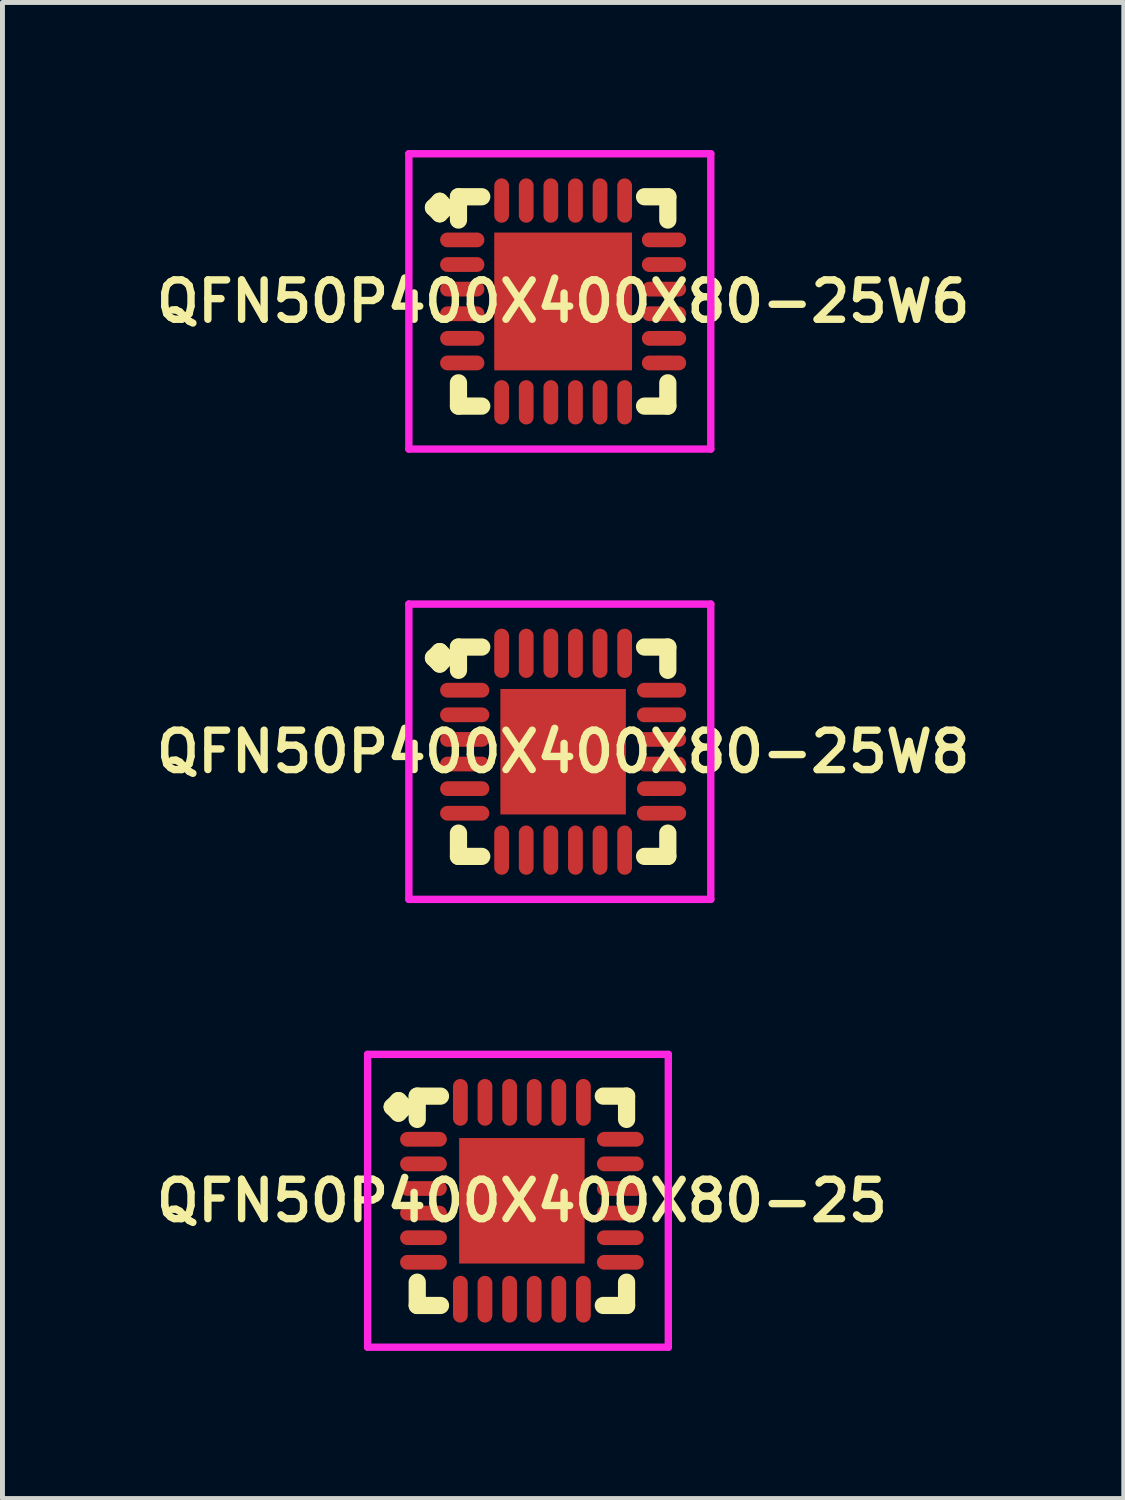
<source format=kicad_pcb>
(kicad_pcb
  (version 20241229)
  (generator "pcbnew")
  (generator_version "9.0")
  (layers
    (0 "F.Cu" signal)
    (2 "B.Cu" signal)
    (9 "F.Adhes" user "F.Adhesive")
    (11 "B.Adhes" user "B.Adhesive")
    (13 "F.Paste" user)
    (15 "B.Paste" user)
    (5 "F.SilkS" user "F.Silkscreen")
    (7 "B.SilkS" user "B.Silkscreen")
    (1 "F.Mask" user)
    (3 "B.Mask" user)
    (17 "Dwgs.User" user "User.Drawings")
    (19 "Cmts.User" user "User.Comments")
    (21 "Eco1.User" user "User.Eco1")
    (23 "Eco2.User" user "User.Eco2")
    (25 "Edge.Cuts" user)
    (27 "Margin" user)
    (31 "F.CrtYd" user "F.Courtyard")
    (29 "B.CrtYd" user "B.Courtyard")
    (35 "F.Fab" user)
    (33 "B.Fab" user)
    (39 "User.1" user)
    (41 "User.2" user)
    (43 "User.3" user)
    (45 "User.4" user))
  (footprint "QFN50P400X400X80-25W8"
    (layer "F.Cu")
    (at 8.393 12.225)
    (property "Reference" "QFN50P400X400X80-25W8" (at 0 0 0) (layer "F.SilkS") (effects (font (size 0.8 0.8) (thickness 0.15))))
    (attr smd)
    (fp_line (start -2.635 -1.908) (end -2.508 -2.035) (stroke (width 0.35) (type solid)) (layer "F.SilkS"))
    (fp_line (start -2.508 -2.035) (end -2.381 -1.908) (stroke (width 0.35) (type solid)) (layer "F.SilkS"))
    (fp_line (start -2.508 -1.781) (end -2.635 -1.908) (stroke (width 0.35) (type solid)) (layer "F.SilkS"))
    (fp_line (start -2.381 -1.908) (end -2.508 -1.781) (stroke (width 0.35) (type solid)) (layer "F.SilkS"))
    (fp_line (start -2.127 -2.127) (end -1.654 -2.127) (stroke (width 0.35) (type solid)) (layer "F.SilkS"))
    (fp_line (start -2.127 -1.654) (end -2.127 -2.127) (stroke (width 0.35) (type solid)) (layer "F.SilkS"))
    (fp_line (start -2.127 1.654) (end -2.127 2.127) (stroke (width 0.35) (type solid)) (layer "F.SilkS"))
    (fp_line (start -2.127 2.127) (end -1.654 2.127) (stroke (width 0.35) (type solid)) (layer "F.SilkS"))
    (fp_line (start 1.654 -2.127) (end 2.127 -2.127) (stroke (width 0.35) (type solid)) (layer "F.SilkS"))
    (fp_line (start 1.654 2.127) (end 2.127 2.127) (stroke (width 0.35) (type solid)) (layer "F.SilkS"))
    (fp_line (start 2.127 -2.127) (end 2.127 -1.654) (stroke (width 0.35) (type solid)) (layer "F.SilkS"))
    (fp_line (start 2.127 2.127) (end 2.127 1.654) (stroke (width 0.35) (type solid)) (layer "F.SilkS"))
    (fp_line (start -3.135 -3) (end 3 -3) (stroke (width 0.15) (type solid)) (layer "F.CrtYd"))
    (fp_line (start -3.135 3) (end -3.135 -3) (stroke (width 0.15) (type solid)) (layer "F.CrtYd"))
    (fp_line (start 3 -3) (end 3 3) (stroke (width 0.15) (type solid)) (layer "F.CrtYd"))
    (fp_line (start 3 3) (end -3.135 3) (stroke (width 0.15) (type solid)) (layer "F.CrtYd"))
    (pad "1" smd oval (at -2 -1.25) (size 1 0.3) (layers "F.Cu" "F.Mask" "F.Paste"))
    (pad "2" smd oval (at -2 -0.75) (size 1 0.3) (layers "F.Cu" "F.Mask" "F.Paste"))
    (pad "3" smd oval (at -2 -0.25) (size 1 0.3) (layers "F.Cu" "F.Mask" "F.Paste"))
    (pad "4" smd oval (at -2 0.25) (size 1 0.3) (layers "F.Cu" "F.Mask" "F.Paste"))
    (pad "5" smd oval (at -2 0.75) (size 1 0.3) (layers "F.Cu" "F.Mask" "F.Paste"))
    (pad "6" smd oval (at -2 1.25) (size 1 0.3) (layers "F.Cu" "F.Mask" "F.Paste"))
    (pad "7" smd oval (at -1.25 2) (size 0.3 1) (layers "F.Cu" "F.Mask" "F.Paste"))
    (pad "8" smd oval (at -0.75 2) (size 0.3 1) (layers "F.Cu" "F.Mask" "F.Paste"))
    (pad "9" smd oval (at -0.25 2) (size 0.3 1) (layers "F.Cu" "F.Mask" "F.Paste"))
    (pad "10" smd oval (at 0.25 2) (size 0.3 1) (layers "F.Cu" "F.Mask" "F.Paste"))
    (pad "11" smd oval (at 0.75 2) (size 0.3 1) (layers "F.Cu" "F.Mask" "F.Paste"))
    (pad "12" smd oval (at 1.25 2) (size 0.3 1) (layers "F.Cu" "F.Mask" "F.Paste"))
    (pad "13" smd oval (at 2 1.25) (size 1 0.3) (layers "F.Cu" "F.Mask" "F.Paste"))
    (pad "14" smd oval (at 2 0.75) (size 1 0.3) (layers "F.Cu" "F.Mask" "F.Paste"))
    (pad "15" smd oval (at 2 0.25) (size 1 0.3) (layers "F.Cu" "F.Mask" "F.Paste"))
    (pad "16" smd oval (at 2 -0.25) (size 1 0.3) (layers "F.Cu" "F.Mask" "F.Paste"))
    (pad "17" smd oval (at 2 -0.75) (size 1 0.3) (layers "F.Cu" "F.Mask" "F.Paste"))
    (pad "18" smd oval (at 2 -1.25) (size 1 0.3) (layers "F.Cu" "F.Mask" "F.Paste"))
    (pad "19" smd oval (at 1.25 -2) (size 0.3 1) (layers "F.Cu" "F.Mask" "F.Paste"))
    (pad "20" smd oval (at 0.75 -2) (size 0.3 1) (layers "F.Cu" "F.Mask" "F.Paste"))
    (pad "21" smd oval (at 0.25 -2) (size 0.3 1) (layers "F.Cu" "F.Mask" "F.Paste"))
    (pad "22" smd oval (at -0.25 -2) (size 0.3 1) (layers "F.Cu" "F.Mask" "F.Paste"))
    (pad "23" smd oval (at -0.75 -2) (size 0.3 1) (layers "F.Cu" "F.Mask" "F.Paste"))
    (pad "24" smd oval (at -1.25 -2) (size 0.3 1) (layers "F.Cu" "F.Mask" "F.Paste"))
    (pad "25" smd rect (at 0 0) (size 2.55 2.55) (layers "F.Cu" "F.Mask" "F.Paste")))
  (footprint "QFN50P400X400X80-25W6"
    (layer "F.Cu")
    (at 8.393 3.075)
    (property "Reference" "QFN50P400X400X80-25W6" (at 0 0 0) (layer "F.SilkS") (effects (font (size 0.8 0.8) (thickness 0.15))))
    (attr smd)
    (fp_line (start -2.635 -1.908) (end -2.508 -2.035) (stroke (width 0.35) (type solid)) (layer "F.SilkS"))
    (fp_line (start -2.508 -2.035) (end -2.381 -1.908) (stroke (width 0.35) (type solid)) (layer "F.SilkS"))
    (fp_line (start -2.508 -1.781) (end -2.635 -1.908) (stroke (width 0.35) (type solid)) (layer "F.SilkS"))
    (fp_line (start -2.381 -1.908) (end -2.508 -1.781) (stroke (width 0.35) (type solid)) (layer "F.SilkS"))
    (fp_line (start -2.127 -2.127) (end -1.654 -2.127) (stroke (width 0.35) (type solid)) (layer "F.SilkS"))
    (fp_line (start -2.127 -1.654) (end -2.127 -2.127) (stroke (width 0.35) (type solid)) (layer "F.SilkS"))
    (fp_line (start -2.127 1.654) (end -2.127 2.127) (stroke (width 0.35) (type solid)) (layer "F.SilkS"))
    (fp_line (start -2.127 2.127) (end -1.654 2.127) (stroke (width 0.35) (type solid)) (layer "F.SilkS"))
    (fp_line (start 1.654 -2.127) (end 2.127 -2.127) (stroke (width 0.35) (type solid)) (layer "F.SilkS"))
    (fp_line (start 1.654 2.127) (end 2.127 2.127) (stroke (width 0.35) (type solid)) (layer "F.SilkS"))
    (fp_line (start 2.127 -2.127) (end 2.127 -1.654) (stroke (width 0.35) (type solid)) (layer "F.SilkS"))
    (fp_line (start 2.127 2.127) (end 2.127 1.654) (stroke (width 0.35) (type solid)) (layer "F.SilkS"))
    (fp_line (start -3.135 -3) (end 3 -3) (stroke (width 0.15) (type solid)) (layer "F.CrtYd"))
    (fp_line (start -3.135 3) (end -3.135 -3) (stroke (width 0.15) (type solid)) (layer "F.CrtYd"))
    (fp_line (start 3 -3) (end 3 3) (stroke (width 0.15) (type solid)) (layer "F.CrtYd"))
    (fp_line (start 3 3) (end -3.135 3) (stroke (width 0.15) (type solid)) (layer "F.CrtYd"))
    (pad "1" smd oval (at -2.05 -1.25) (size 0.9 0.3) (layers "F.Cu" "F.Mask" "F.Paste"))
    (pad "2" smd oval (at -2.05 -0.75) (size 0.9 0.3) (layers "F.Cu" "F.Mask" "F.Paste"))
    (pad "3" smd oval (at -2.05 -0.25) (size 0.9 0.3) (layers "F.Cu" "F.Mask" "F.Paste"))
    (pad "4" smd oval (at -2.05 0.25) (size 0.9 0.3) (layers "F.Cu" "F.Mask" "F.Paste"))
    (pad "5" smd oval (at -2.05 0.75) (size 0.9 0.3) (layers "F.Cu" "F.Mask" "F.Paste"))
    (pad "6" smd oval (at -2.05 1.25) (size 0.9 0.3) (layers "F.Cu" "F.Mask" "F.Paste"))
    (pad "7" smd oval (at -1.25 2.05) (size 0.3 0.9) (layers "F.Cu" "F.Mask" "F.Paste"))
    (pad "8" smd oval (at -0.75 2.05) (size 0.3 0.9) (layers "F.Cu" "F.Mask" "F.Paste"))
    (pad "9" smd oval (at -0.25 2.05) (size 0.3 0.9) (layers "F.Cu" "F.Mask" "F.Paste"))
    (pad "10" smd oval (at 0.25 2.05) (size 0.3 0.9) (layers "F.Cu" "F.Mask" "F.Paste"))
    (pad "11" smd oval (at 0.75 2.05) (size 0.3 0.9) (layers "F.Cu" "F.Mask" "F.Paste"))
    (pad "12" smd oval (at 1.25 2.05) (size 0.3 0.9) (layers "F.Cu" "F.Mask" "F.Paste"))
    (pad "13" smd oval (at 2.05 1.25) (size 0.9 0.3) (layers "F.Cu" "F.Mask" "F.Paste"))
    (pad "14" smd oval (at 2.05 0.75) (size 0.9 0.3) (layers "F.Cu" "F.Mask" "F.Paste"))
    (pad "15" smd oval (at 2.05 0.25) (size 0.9 0.3) (layers "F.Cu" "F.Mask" "F.Paste"))
    (pad "16" smd oval (at 2.05 -0.25) (size 0.9 0.3) (layers "F.Cu" "F.Mask" "F.Paste"))
    (pad "17" smd oval (at 2.05 -0.75) (size 0.9 0.3) (layers "F.Cu" "F.Mask" "F.Paste"))
    (pad "18" smd oval (at 2.05 -1.25) (size 0.9 0.3) (layers "F.Cu" "F.Mask" "F.Paste"))
    (pad "19" smd oval (at 1.25 -2.05) (size 0.3 0.9) (layers "F.Cu" "F.Mask" "F.Paste"))
    (pad "20" smd oval (at 0.75 -2.05) (size 0.3 0.9) (layers "F.Cu" "F.Mask" "F.Paste"))
    (pad "21" smd oval (at 0.25 -2.05) (size 0.3 0.9) (layers "F.Cu" "F.Mask" "F.Paste"))
    (pad "22" smd oval (at -0.25 -2.05) (size 0.3 0.9) (layers "F.Cu" "F.Mask" "F.Paste"))
    (pad "23" smd oval (at -0.75 -2.05) (size 0.3 0.9) (layers "F.Cu" "F.Mask" "F.Paste"))
    (pad "24" smd oval (at -1.25 -2.05) (size 0.3 0.9) (layers "F.Cu" "F.Mask" "F.Paste"))
    (pad "25" smd rect (at 0 0) (size 2.8 2.8) (layers "F.Cu" "F.Mask" "F.Paste")))
  (footprint "QFN50P400X400X80-25"
    (layer "F.Cu")
    (at 7.555 21.35)
    (property "Reference" "QFN50P400X400X80-25" (at 0 0 0) (layer "F.SilkS") (effects (font (size 0.8 0.8) (thickness 0.15))))
    (attr smd)
    (fp_line (start -2.635 -1.908) (end -2.508 -2.035) (stroke (width 0.35) (type solid)) (layer "F.SilkS"))
    (fp_line (start -2.508 -2.035) (end -2.381 -1.908) (stroke (width 0.35) (type solid)) (layer "F.SilkS"))
    (fp_line (start -2.508 -1.781) (end -2.635 -1.908) (stroke (width 0.35) (type solid)) (layer "F.SilkS"))
    (fp_line (start -2.381 -1.908) (end -2.508 -1.781) (stroke (width 0.35) (type solid)) (layer "F.SilkS"))
    (fp_line (start -2.127 -2.127) (end -1.654 -2.127) (stroke (width 0.35) (type solid)) (layer "F.SilkS"))
    (fp_line (start -2.127 -1.654) (end -2.127 -2.127) (stroke (width 0.35) (type solid)) (layer "F.SilkS"))
    (fp_line (start -2.127 1.654) (end -2.127 2.127) (stroke (width 0.35) (type solid)) (layer "F.SilkS"))
    (fp_line (start -2.127 2.127) (end -1.654 2.127) (stroke (width 0.35) (type solid)) (layer "F.SilkS"))
    (fp_line (start 1.654 -2.127) (end 2.127 -2.127) (stroke (width 0.35) (type solid)) (layer "F.SilkS"))
    (fp_line (start 1.654 2.127) (end 2.127 2.127) (stroke (width 0.35) (type solid)) (layer "F.SilkS"))
    (fp_line (start 2.127 -2.127) (end 2.127 -1.654) (stroke (width 0.35) (type solid)) (layer "F.SilkS"))
    (fp_line (start 2.127 2.127) (end 2.127 1.654) (stroke (width 0.35) (type solid)) (layer "F.SilkS"))
    (fp_line (start -3.135 -2.975) (end 2.975 -2.975) (stroke (width 0.15) (type solid)) (layer "F.CrtYd"))
    (fp_line (start -3.135 2.975) (end -3.135 -2.975) (stroke (width 0.15) (type solid)) (layer "F.CrtYd"))
    (fp_line (start 2.975 -2.975) (end 2.975 2.975) (stroke (width 0.15) (type solid)) (layer "F.CrtYd"))
    (fp_line (start 2.975 2.975) (end -3.135 2.975) (stroke (width 0.15) (type solid)) (layer "F.CrtYd"))
    (pad "1" smd oval (at -2 -1.25) (size 0.95 0.3) (layers "F.Cu" "F.Mask" "F.Paste"))
    (pad "2" smd oval (at -2 -0.75) (size 0.95 0.3) (layers "F.Cu" "F.Mask" "F.Paste"))
    (pad "3" smd oval (at -2 -0.25) (size 0.95 0.3) (layers "F.Cu" "F.Mask" "F.Paste"))
    (pad "4" smd oval (at -2 0.25) (size 0.95 0.3) (layers "F.Cu" "F.Mask" "F.Paste"))
    (pad "5" smd oval (at -2 0.75) (size 0.95 0.3) (layers "F.Cu" "F.Mask" "F.Paste"))
    (pad "6" smd oval (at -2 1.25) (size 0.95 0.3) (layers "F.Cu" "F.Mask" "F.Paste"))
    (pad "7" smd oval (at -1.25 2) (size 0.3 0.95) (layers "F.Cu" "F.Mask" "F.Paste"))
    (pad "8" smd oval (at -0.75 2) (size 0.3 0.95) (layers "F.Cu" "F.Mask" "F.Paste"))
    (pad "9" smd oval (at -0.25 2) (size 0.3 0.95) (layers "F.Cu" "F.Mask" "F.Paste"))
    (pad "10" smd oval (at 0.25 2) (size 0.3 0.95) (layers "F.Cu" "F.Mask" "F.Paste"))
    (pad "11" smd oval (at 0.75 2) (size 0.3 0.95) (layers "F.Cu" "F.Mask" "F.Paste"))
    (pad "12" smd oval (at 1.25 2) (size 0.3 0.95) (layers "F.Cu" "F.Mask" "F.Paste"))
    (pad "13" smd oval (at 2 1.25) (size 0.95 0.3) (layers "F.Cu" "F.Mask" "F.Paste"))
    (pad "14" smd oval (at 2 0.75) (size 0.95 0.3) (layers "F.Cu" "F.Mask" "F.Paste"))
    (pad "15" smd oval (at 2 0.25) (size 0.95 0.3) (layers "F.Cu" "F.Mask" "F.Paste"))
    (pad "16" smd oval (at 2 -0.25) (size 0.95 0.3) (layers "F.Cu" "F.Mask" "F.Paste"))
    (pad "17" smd oval (at 2 -0.75) (size 0.95 0.3) (layers "F.Cu" "F.Mask" "F.Paste"))
    (pad "18" smd oval (at 2 -1.25) (size 0.95 0.3) (layers "F.Cu" "F.Mask" "F.Paste"))
    (pad "19" smd oval (at 1.25 -2) (size 0.3 0.95) (layers "F.Cu" "F.Mask" "F.Paste"))
    (pad "20" smd oval (at 0.75 -2) (size 0.3 0.95) (layers "F.Cu" "F.Mask" "F.Paste"))
    (pad "21" smd oval (at 0.25 -2) (size 0.3 0.95) (layers "F.Cu" "F.Mask" "F.Paste"))
    (pad "22" smd oval (at -0.25 -2) (size 0.3 0.95) (layers "F.Cu" "F.Mask" "F.Paste"))
    (pad "23" smd oval (at -0.75 -2) (size 0.3 0.95) (layers "F.Cu" "F.Mask" "F.Paste"))
    (pad "24" smd oval (at -1.25 -2) (size 0.3 0.95) (layers "F.Cu" "F.Mask" "F.Paste"))
    (pad "25" smd rect (at 0 0) (size 2.55 2.55) (layers "F.Cu" "F.Mask" "F.Paste")))
  (gr_rect
    (start -3 -3)
    (end 19.785 27.4)
    (stroke (width 0.1) (type default))
    (fill no)
    (layer "Edge.Cuts")))
</source>
